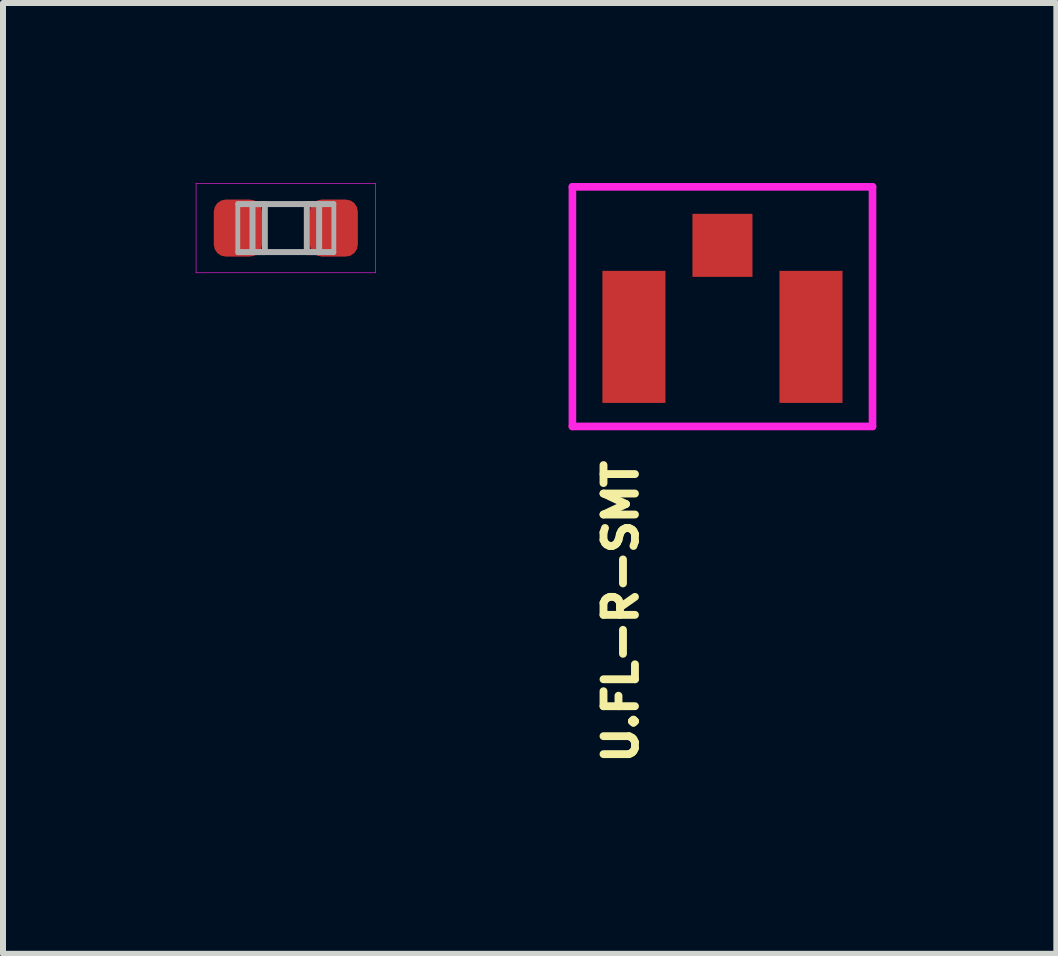
<source format=kicad_pcb>
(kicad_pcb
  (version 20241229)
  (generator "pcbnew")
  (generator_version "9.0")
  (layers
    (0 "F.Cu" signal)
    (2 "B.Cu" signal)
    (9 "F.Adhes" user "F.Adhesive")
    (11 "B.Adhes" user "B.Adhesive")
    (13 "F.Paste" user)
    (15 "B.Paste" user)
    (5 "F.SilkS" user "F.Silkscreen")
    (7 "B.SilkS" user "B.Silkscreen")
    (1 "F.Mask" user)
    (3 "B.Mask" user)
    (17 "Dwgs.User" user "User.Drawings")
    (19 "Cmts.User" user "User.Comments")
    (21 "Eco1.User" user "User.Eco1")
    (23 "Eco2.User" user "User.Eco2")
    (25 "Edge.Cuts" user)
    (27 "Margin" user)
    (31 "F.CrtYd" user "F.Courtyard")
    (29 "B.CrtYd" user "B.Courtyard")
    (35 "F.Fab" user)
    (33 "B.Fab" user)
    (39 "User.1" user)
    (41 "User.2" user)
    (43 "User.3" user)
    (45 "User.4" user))
  (footprint ".0603-B-NOSILK"
    (layer "F.Cu")
    (at 1.712 0.75)
    (property "Reference" ".0603-B-NOSILK" (at 0 0 0) (layer "F.Mask") (effects (font (size 0.255 0.255) (thickness 0.045))))
    (fp_line (start -0.8 0.41) (end -0.8 -0.41) (stroke (width 0.08) (type solid)) (layer "F.Mask"))
    (fp_line (start -0.79 -0.4) (end 0.79 -0.4) (stroke (width 0.1) (type solid)) (layer "F.Mask"))
    (fp_line (start 0.79 0.4) (end -0.79 0.4) (stroke (width 0.1) (type solid)) (layer "F.Mask"))
    (fp_line (start 0.8 -0.41) (end 0.8 0.41) (stroke (width 0.08) (type solid)) (layer "F.Mask"))
    (fp_poly (pts (xy -0.34 0.54) (xy -1.26 0.54) (xy -1.26 -0.54) (xy -0.34 -0.54)) (stroke (width 0) (type solid)) (fill yes) (layer "F.Mask"))
    (fp_poly (pts (xy 1.26 0.54) (xy 0.34 0.54) (xy 0.34 -0.54) (xy 1.26 -0.54)) (stroke (width 0) (type solid)) (fill yes) (layer "F.Mask"))
    (fp_line (start -1.495 -0.745) (end -1.495 0.745) (stroke (width 0.01) (type solid)) (layer "F.CrtYd"))
    (fp_line (start -1.495 0.745) (end 1.495 0.745) (stroke (width 0.01) (type solid)) (layer "F.CrtYd"))
    (fp_line (start 1.495 -0.745) (end -1.495 -0.745) (stroke (width 0.01) (type solid)) (layer "F.CrtYd"))
    (fp_line (start 1.495 0.745) (end 1.495 -0.745) (stroke (width 0.01) (type solid)) (layer "F.CrtYd"))
    (fp_line (start -0.8 0.41) (end -0.8 -0.41) (stroke (width 0.08) (type solid)) (layer "F.Fab"))
    (fp_line (start -0.79 -0.4) (end 0.79 -0.4) (stroke (width 0.1) (type solid)) (layer "F.Fab"))
    (fp_line (start 0.79 0.4) (end -0.79 0.4) (stroke (width 0.1) (type solid)) (layer "F.Fab"))
    (fp_line (start 0.8 -0.41) (end 0.8 0.41) (stroke (width 0.08) (type solid)) (layer "F.Fab"))
    (fp_poly (pts (xy -0.555 0.4) (xy -0.35 0.4) (xy -0.35 -0.4) (xy -0.555 -0.4)) (stroke (width 0.1) (type solid)) (fill no) (layer "F.Fab"))
    (fp_poly (pts (xy 0.35 0.4) (xy 0.555 0.4) (xy 0.555 -0.4) (xy 0.35 -0.4)) (stroke (width 0.1) (type solid)) (fill no) (layer "F.Fab"))
    (pad "1" smd roundrect (at -0.8 0) (size 0.8 0.95) (layers "F.Cu" "F.Paste") (roundrect_rratio 0.25))
    (pad "2" smd roundrect (at 0.8 0) (size 0.8 0.95) (layers "F.Cu" "F.Paste") (roundrect_rratio 0.25)))
  (footprint "U.FL-R-SMT"
    (layer "F.Cu")
    (at 8.987 2.563)
    (property "Reference" "U.FL-R-SMT" (at -2 2 90) (layer "F.SilkS") (effects (font (size 0.524 0.524) (thickness 0.131)) (justify right top)))
    (fp_poly (pts (xy -2.07 1.17) (xy -0.88 1.17) (xy -0.88 -1.17) (xy -2.07 -1.17)) (stroke (width 0) (type solid)) (fill yes) (layer "F.Mask"))
    (fp_poly (pts (xy -0.57 -0.93) (xy 0.57 -0.93) (xy 0.57 -2.12) (xy -0.57 -2.12)) (stroke (width 0) (type solid)) (fill yes) (layer "F.Mask"))
    (fp_poly (pts (xy 0.87 1.17) (xy 2.07 1.17) (xy 2.07 -1.17) (xy 0.87 -1.17)) (stroke (width 0) (type solid)) (fill yes) (layer "F.Mask"))
    (fp_poly (pts (xy -2 1.1) (xy -0.95 1.1) (xy -0.95 -1.1) (xy -2 -1.1)) (stroke (width 0) (type solid)) (fill yes) (layer "F.Paste"))
    (fp_poly (pts (xy -0.5 -1) (xy 0.5 -1) (xy 0.5 -2.05) (xy -0.5 -2.05)) (stroke (width 0) (type solid)) (fill yes) (layer "F.Paste"))
    (fp_poly (pts (xy 0.95 1.1) (xy 2 1.1) (xy 2 -1.1) (xy 0.95 -1.1)) (stroke (width 0) (type solid)) (fill yes) (layer "F.Paste"))
    (fp_line (start -2.5 -2.5) (end -2.5 1.492) (stroke (width 0.127) (type solid)) (layer "F.CrtYd"))
    (fp_line (start -2.5 1.492) (end 2.5 1.492) (stroke (width 0.127) (type solid)) (layer "F.CrtYd"))
    (fp_line (start 2.5 -2.5) (end -2.5 -2.5) (stroke (width 0.127) (type solid)) (layer "F.CrtYd"))
    (fp_line (start 2.5 1.492) (end 2.5 -2.5) (stroke (width 0.127) (type solid)) (layer "F.CrtYd"))
    (pad "1" smd rect (at 0 -1.525 180) (size 1 1.05) (layers "F.Cu"))
    (pad "2" smd rect (at -1.475 0 270) (size 2.2 1.05) (layers "F.Cu"))
    (pad "3" smd rect (at 1.475 0 270) (size 2.2 1.05) (layers "F.Cu")))
  (gr_rect
    (start -3 -3)
    (end 14.55 12.842)
    (stroke (width 0.1) (type default))
    (fill no)
    (layer "Edge.Cuts")))
</source>
